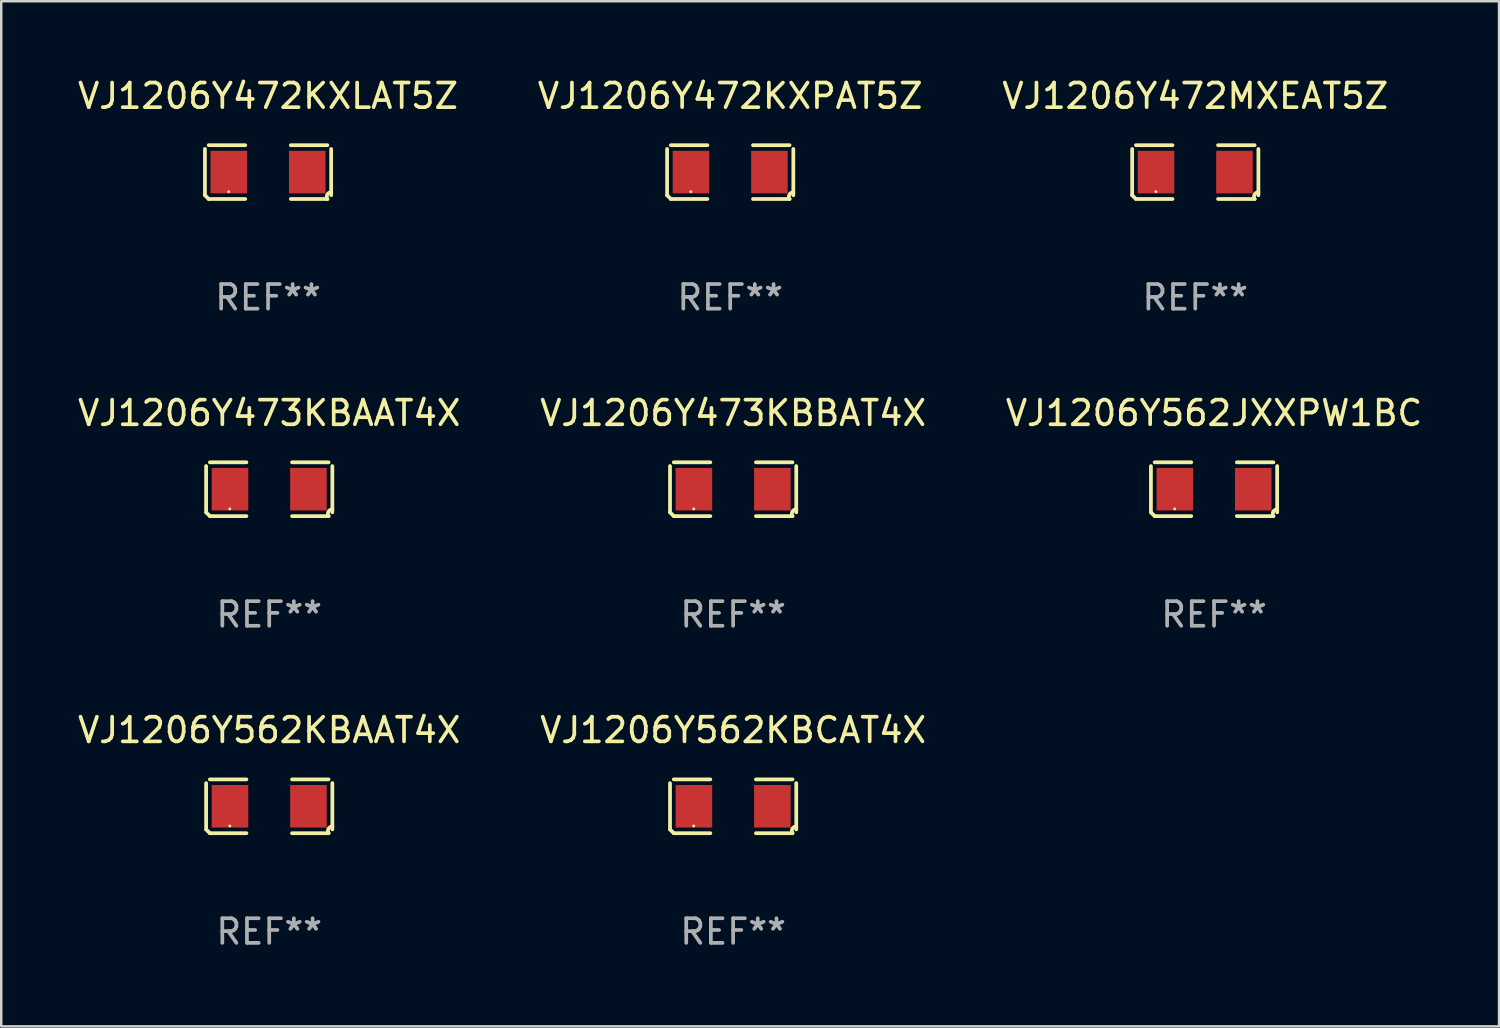
<source format=kicad_pcb>
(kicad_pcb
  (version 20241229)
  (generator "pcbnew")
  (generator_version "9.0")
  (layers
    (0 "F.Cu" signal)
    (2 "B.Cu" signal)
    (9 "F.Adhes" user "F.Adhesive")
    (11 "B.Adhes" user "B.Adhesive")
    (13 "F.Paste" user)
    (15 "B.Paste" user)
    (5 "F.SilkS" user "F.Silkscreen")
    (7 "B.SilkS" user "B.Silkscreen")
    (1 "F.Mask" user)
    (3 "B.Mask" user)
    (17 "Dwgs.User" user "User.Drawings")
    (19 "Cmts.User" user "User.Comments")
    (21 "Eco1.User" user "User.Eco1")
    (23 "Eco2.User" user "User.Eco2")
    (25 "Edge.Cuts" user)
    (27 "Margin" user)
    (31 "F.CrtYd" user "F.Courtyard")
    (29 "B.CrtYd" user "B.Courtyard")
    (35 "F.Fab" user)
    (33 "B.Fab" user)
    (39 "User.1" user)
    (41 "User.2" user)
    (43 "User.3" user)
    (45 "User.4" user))
  (footprint "VJ1206Y473KBBAT4X"
    (layer "F.Cu")
    (at 26.732 16.823)
    (property "Reference" "VJ1206Y473KBBAT4X" (at 0 -3.093 0) (layer "F.SilkS") (effects (font (size 1 1) (thickness 0.15))))
    (attr through_hole)
    (fp_line (start -2.564 0.94) (end -2.564 -0.94) (stroke (width 0.152) (type solid)) (layer "F.SilkS"))
    (fp_line (start -2.411 -1.093) (end -0.926 -1.093) (stroke (width 0.152) (type solid)) (layer "F.SilkS"))
    (fp_line (start -0.926 1.093) (end -2.411 1.093) (stroke (width 0.152) (type solid)) (layer "F.SilkS"))
    (fp_line (start 0.926 1.093) (end 2.411 1.093) (stroke (width 0.152) (type solid)) (layer "F.SilkS"))
    (fp_line (start 2.411 -1.093) (end 0.926 -1.093) (stroke (width 0.152) (type solid)) (layer "F.SilkS"))
    (fp_line (start 2.564 0.94) (end 2.564 -0.94) (stroke (width 0.152) (type solid)) (layer "F.SilkS"))
    (fp_arc (start -2.411201 1.092609) (mid -2.487413 1.01642) (end -2.563602 0.940208) (stroke (width 0.1524) (type solid)) (layer "F.SilkS"))
    (fp_arc (start 2.411201 1.092609) (mid 2.407159 0.911226) (end 2.563602 0.819347) (stroke (width 0.1524) (type solid)) (layer "F.SilkS"))
    (fp_circle (center -1.6 0.8) (end -1.57 0.8) (stroke (width 0.06) (type solid)) (fill no) (layer "F.SilkS"))
    (fp_text user "REF**" (at 0 5.093 0) (layer "F.Fab") (effects (font (size 1 1) (thickness 0.15))))
    (pad "1" smd rect (at -1.593 0) (size 1.485 1.728) (layers "F.Cu" "F.Mask" "F.Paste"))
    (pad "2" smd rect (at 1.593 0) (size 1.485 1.728) (layers "F.Cu" "F.Mask" "F.Paste")))
  (footprint "VJ1206Y473KBAAT4X"
    (layer "F.Cu")
    (at 7.887 16.823)
    (property "Reference" "VJ1206Y473KBAAT4X" (at 0 -3.093 0) (layer "F.SilkS") (effects (font (size 1 1) (thickness 0.15))))
    (attr through_hole)
    (fp_line (start -2.564 0.94) (end -2.564 -0.94) (stroke (width 0.152) (type solid)) (layer "F.SilkS"))
    (fp_line (start -2.411 -1.093) (end -0.926 -1.093) (stroke (width 0.152) (type solid)) (layer "F.SilkS"))
    (fp_line (start -0.926 1.093) (end -2.411 1.093) (stroke (width 0.152) (type solid)) (layer "F.SilkS"))
    (fp_line (start 0.926 1.093) (end 2.411 1.093) (stroke (width 0.152) (type solid)) (layer "F.SilkS"))
    (fp_line (start 2.411 -1.093) (end 0.926 -1.093) (stroke (width 0.152) (type solid)) (layer "F.SilkS"))
    (fp_line (start 2.564 0.94) (end 2.564 -0.94) (stroke (width 0.152) (type solid)) (layer "F.SilkS"))
    (fp_arc (start -2.411201 1.092609) (mid -2.487413 1.01642) (end -2.563602 0.940208) (stroke (width 0.1524) (type solid)) (layer "F.SilkS"))
    (fp_arc (start 2.411201 1.092609) (mid 2.407159 0.911226) (end 2.563602 0.819347) (stroke (width 0.1524) (type solid)) (layer "F.SilkS"))
    (fp_circle (center -1.6 0.8) (end -1.57 0.8) (stroke (width 0.06) (type solid)) (fill no) (layer "F.SilkS"))
    (fp_text user "REF**" (at 0 5.093 0) (layer "F.Fab") (effects (font (size 1 1) (thickness 0.15))))
    (pad "1" smd rect (at -1.593 0) (size 1.485 1.728) (layers "F.Cu" "F.Mask" "F.Paste"))
    (pad "2" smd rect (at 1.593 0) (size 1.485 1.728) (layers "F.Cu" "F.Mask" "F.Paste")))
  (footprint "VJ1206Y472KXLAT5Z"
    (layer "F.Cu")
    (at 7.839 3.941)
    (property "Reference" "VJ1206Y472KXLAT5Z" (at 0 -3.093 0) (layer "F.SilkS") (effects (font (size 1 1) (thickness 0.15))))
    (attr through_hole)
    (fp_line (start -2.564 0.94) (end -2.564 -0.94) (stroke (width 0.152) (type solid)) (layer "F.SilkS"))
    (fp_line (start -2.411 -1.093) (end -0.926 -1.093) (stroke (width 0.152) (type solid)) (layer "F.SilkS"))
    (fp_line (start -0.926 1.093) (end -2.411 1.093) (stroke (width 0.152) (type solid)) (layer "F.SilkS"))
    (fp_line (start 0.926 1.093) (end 2.411 1.093) (stroke (width 0.152) (type solid)) (layer "F.SilkS"))
    (fp_line (start 2.411 -1.093) (end 0.926 -1.093) (stroke (width 0.152) (type solid)) (layer "F.SilkS"))
    (fp_line (start 2.564 0.94) (end 2.564 -0.94) (stroke (width 0.152) (type solid)) (layer "F.SilkS"))
    (fp_arc (start -2.411201 1.092609) (mid -2.487413 1.01642) (end -2.563602 0.940208) (stroke (width 0.1524) (type solid)) (layer "F.SilkS"))
    (fp_arc (start 2.411201 1.092609) (mid 2.407159 0.911226) (end 2.563602 0.819347) (stroke (width 0.1524) (type solid)) (layer "F.SilkS"))
    (fp_circle (center -1.6 0.8) (end -1.57 0.8) (stroke (width 0.06) (type solid)) (fill no) (layer "F.SilkS"))
    (fp_text user "REF**" (at 0 5.093 0) (layer "F.Fab") (effects (font (size 1 1) (thickness 0.15))))
    (pad "1" smd rect (at -1.593 0) (size 1.485 1.728) (layers "F.Cu" "F.Mask" "F.Paste"))
    (pad "2" smd rect (at 1.593 0) (size 1.485 1.728) (layers "F.Cu" "F.Mask" "F.Paste")))
  (footprint "VJ1206Y562KBAAT4X"
    (layer "F.Cu")
    (at 7.887 29.704)
    (property "Reference" "VJ1206Y562KBAAT4X" (at 0 -3.093 0) (layer "F.SilkS") (effects (font (size 1 1) (thickness 0.15))))
    (attr through_hole)
    (fp_line (start -2.564 0.94) (end -2.564 -0.94) (stroke (width 0.152) (type solid)) (layer "F.SilkS"))
    (fp_line (start -2.411 -1.093) (end -0.926 -1.093) (stroke (width 0.152) (type solid)) (layer "F.SilkS"))
    (fp_line (start -0.926 1.093) (end -2.411 1.093) (stroke (width 0.152) (type solid)) (layer "F.SilkS"))
    (fp_line (start 0.926 1.093) (end 2.411 1.093) (stroke (width 0.152) (type solid)) (layer "F.SilkS"))
    (fp_line (start 2.411 -1.093) (end 0.926 -1.093) (stroke (width 0.152) (type solid)) (layer "F.SilkS"))
    (fp_line (start 2.564 0.94) (end 2.564 -0.94) (stroke (width 0.152) (type solid)) (layer "F.SilkS"))
    (fp_arc (start -2.411201 1.092609) (mid -2.487413 1.01642) (end -2.563602 0.940208) (stroke (width 0.1524) (type solid)) (layer "F.SilkS"))
    (fp_arc (start 2.411201 1.092609) (mid 2.407159 0.911226) (end 2.563602 0.819347) (stroke (width 0.1524) (type solid)) (layer "F.SilkS"))
    (fp_circle (center -1.6 0.8) (end -1.57 0.8) (stroke (width 0.06) (type solid)) (fill no) (layer "F.SilkS"))
    (fp_text user "REF**" (at 0 5.093 0) (layer "F.Fab") (effects (font (size 1 1) (thickness 0.15))))
    (pad "1" smd rect (at -1.593 0) (size 1.485 1.728) (layers "F.Cu" "F.Mask" "F.Paste"))
    (pad "2" smd rect (at 1.593 0) (size 1.485 1.728) (layers "F.Cu" "F.Mask" "F.Paste")))
  (footprint "VJ1206Y562JXXPW1BC"
    (layer "F.Cu")
    (at 46.268 16.823)
    (property "Reference" "VJ1206Y562JXXPW1BC" (at 0 -3.093 0) (layer "F.SilkS") (effects (font (size 1 1) (thickness 0.15))))
    (attr through_hole)
    (fp_line (start -2.564 0.94) (end -2.564 -0.94) (stroke (width 0.152) (type solid)) (layer "F.SilkS"))
    (fp_line (start -2.411 -1.093) (end -0.926 -1.093) (stroke (width 0.152) (type solid)) (layer "F.SilkS"))
    (fp_line (start -0.926 1.093) (end -2.411 1.093) (stroke (width 0.152) (type solid)) (layer "F.SilkS"))
    (fp_line (start 0.926 1.093) (end 2.411 1.093) (stroke (width 0.152) (type solid)) (layer "F.SilkS"))
    (fp_line (start 2.411 -1.093) (end 0.926 -1.093) (stroke (width 0.152) (type solid)) (layer "F.SilkS"))
    (fp_line (start 2.564 0.94) (end 2.564 -0.94) (stroke (width 0.152) (type solid)) (layer "F.SilkS"))
    (fp_arc (start -2.411201 1.092609) (mid -2.487413 1.01642) (end -2.563602 0.940208) (stroke (width 0.1524) (type solid)) (layer "F.SilkS"))
    (fp_arc (start 2.411201 1.092609) (mid 2.407159 0.911226) (end 2.563602 0.819347) (stroke (width 0.1524) (type solid)) (layer "F.SilkS"))
    (fp_circle (center -1.6 0.8) (end -1.57 0.8) (stroke (width 0.06) (type solid)) (fill no) (layer "F.SilkS"))
    (fp_text user "REF**" (at 0 5.093 0) (layer "F.Fab") (effects (font (size 1 1) (thickness 0.15))))
    (pad "1" smd rect (at -1.593 0) (size 1.485 1.728) (layers "F.Cu" "F.Mask" "F.Paste"))
    (pad "2" smd rect (at 1.593 0) (size 1.485 1.728) (layers "F.Cu" "F.Mask" "F.Paste")))
  (footprint "VJ1206Y562KBCAT4X"
    (layer "F.Cu")
    (at 26.732 29.704)
    (property "Reference" "VJ1206Y562KBCAT4X" (at 0 -3.093 0) (layer "F.SilkS") (effects (font (size 1 1) (thickness 0.15))))
    (attr through_hole)
    (fp_line (start -2.564 0.94) (end -2.564 -0.94) (stroke (width 0.152) (type solid)) (layer "F.SilkS"))
    (fp_line (start -2.411 -1.093) (end -0.926 -1.093) (stroke (width 0.152) (type solid)) (layer "F.SilkS"))
    (fp_line (start -0.926 1.093) (end -2.411 1.093) (stroke (width 0.152) (type solid)) (layer "F.SilkS"))
    (fp_line (start 0.926 1.093) (end 2.411 1.093) (stroke (width 0.152) (type solid)) (layer "F.SilkS"))
    (fp_line (start 2.411 -1.093) (end 0.926 -1.093) (stroke (width 0.152) (type solid)) (layer "F.SilkS"))
    (fp_line (start 2.564 0.94) (end 2.564 -0.94) (stroke (width 0.152) (type solid)) (layer "F.SilkS"))
    (fp_arc (start -2.411201 1.092609) (mid -2.487413 1.01642) (end -2.563602 0.940208) (stroke (width 0.1524) (type solid)) (layer "F.SilkS"))
    (fp_arc (start 2.411201 1.092609) (mid 2.407159 0.911226) (end 2.563602 0.819347) (stroke (width 0.1524) (type solid)) (layer "F.SilkS"))
    (fp_circle (center -1.6 0.8) (end -1.57 0.8) (stroke (width 0.06) (type solid)) (fill no) (layer "F.SilkS"))
    (fp_text user "REF**" (at 0 5.093 0) (layer "F.Fab") (effects (font (size 1 1) (thickness 0.15))))
    (pad "1" smd rect (at -1.593 0) (size 1.485 1.728) (layers "F.Cu" "F.Mask" "F.Paste"))
    (pad "2" smd rect (at 1.593 0) (size 1.485 1.728) (layers "F.Cu" "F.Mask" "F.Paste")))
  (footprint "VJ1206Y472MXEAT5Z"
    (layer "F.Cu")
    (at 45.506 3.941)
    (property "Reference" "VJ1206Y472MXEAT5Z" (at 0 -3.093 0) (layer "F.SilkS") (effects (font (size 1 1) (thickness 0.15))))
    (attr through_hole)
    (fp_line (start -2.564 0.94) (end -2.564 -0.94) (stroke (width 0.152) (type solid)) (layer "F.SilkS"))
    (fp_line (start -2.411 -1.093) (end -0.926 -1.093) (stroke (width 0.152) (type solid)) (layer "F.SilkS"))
    (fp_line (start -0.926 1.093) (end -2.411 1.093) (stroke (width 0.152) (type solid)) (layer "F.SilkS"))
    (fp_line (start 0.926 1.093) (end 2.411 1.093) (stroke (width 0.152) (type solid)) (layer "F.SilkS"))
    (fp_line (start 2.411 -1.093) (end 0.926 -1.093) (stroke (width 0.152) (type solid)) (layer "F.SilkS"))
    (fp_line (start 2.564 0.94) (end 2.564 -0.94) (stroke (width 0.152) (type solid)) (layer "F.SilkS"))
    (fp_arc (start -2.411201 1.092609) (mid -2.487413 1.01642) (end -2.563602 0.940208) (stroke (width 0.1524) (type solid)) (layer "F.SilkS"))
    (fp_arc (start 2.411201 1.092609) (mid 2.407159 0.911226) (end 2.563602 0.819347) (stroke (width 0.1524) (type solid)) (layer "F.SilkS"))
    (fp_circle (center -1.6 0.8) (end -1.57 0.8) (stroke (width 0.06) (type solid)) (fill no) (layer "F.SilkS"))
    (fp_text user "REF**" (at 0 5.093 0) (layer "F.Fab") (effects (font (size 1 1) (thickness 0.15))))
    (pad "1" smd rect (at -1.593 0) (size 1.485 1.728) (layers "F.Cu" "F.Mask" "F.Paste"))
    (pad "2" smd rect (at 1.593 0) (size 1.485 1.728) (layers "F.Cu" "F.Mask" "F.Paste")))
  (footprint "VJ1206Y472KXPAT5Z"
    (layer "F.Cu")
    (at 26.613 3.941)
    (property "Reference" "VJ1206Y472KXPAT5Z" (at 0 -3.093 0) (layer "F.SilkS") (effects (font (size 1 1) (thickness 0.15))))
    (attr through_hole)
    (fp_line (start -2.564 0.94) (end -2.564 -0.94) (stroke (width 0.152) (type solid)) (layer "F.SilkS"))
    (fp_line (start -2.411 -1.093) (end -0.926 -1.093) (stroke (width 0.152) (type solid)) (layer "F.SilkS"))
    (fp_line (start -0.926 1.093) (end -2.411 1.093) (stroke (width 0.152) (type solid)) (layer "F.SilkS"))
    (fp_line (start 0.926 1.093) (end 2.411 1.093) (stroke (width 0.152) (type solid)) (layer "F.SilkS"))
    (fp_line (start 2.411 -1.093) (end 0.926 -1.093) (stroke (width 0.152) (type solid)) (layer "F.SilkS"))
    (fp_line (start 2.564 0.94) (end 2.564 -0.94) (stroke (width 0.152) (type solid)) (layer "F.SilkS"))
    (fp_arc (start -2.411201 1.092609) (mid -2.487413 1.01642) (end -2.563602 0.940208) (stroke (width 0.1524) (type solid)) (layer "F.SilkS"))
    (fp_arc (start 2.411201 1.092609) (mid 2.407159 0.911226) (end 2.563602 0.819347) (stroke (width 0.1524) (type solid)) (layer "F.SilkS"))
    (fp_circle (center -1.6 0.8) (end -1.57 0.8) (stroke (width 0.06) (type solid)) (fill no) (layer "F.SilkS"))
    (fp_text user "REF**" (at 0 5.093 0) (layer "F.Fab") (effects (font (size 1 1) (thickness 0.15))))
    (pad "1" smd rect (at -1.593 0) (size 1.485 1.728) (layers "F.Cu" "F.Mask" "F.Paste"))
    (pad "2" smd rect (at 1.593 0) (size 1.485 1.728) (layers "F.Cu" "F.Mask" "F.Paste")))
  (gr_rect
    (start -3 -3)
    (end 57.845 38.645)
    (stroke (width 0.1) (type default))
    (fill no)
    (layer "Edge.Cuts")))
</source>
